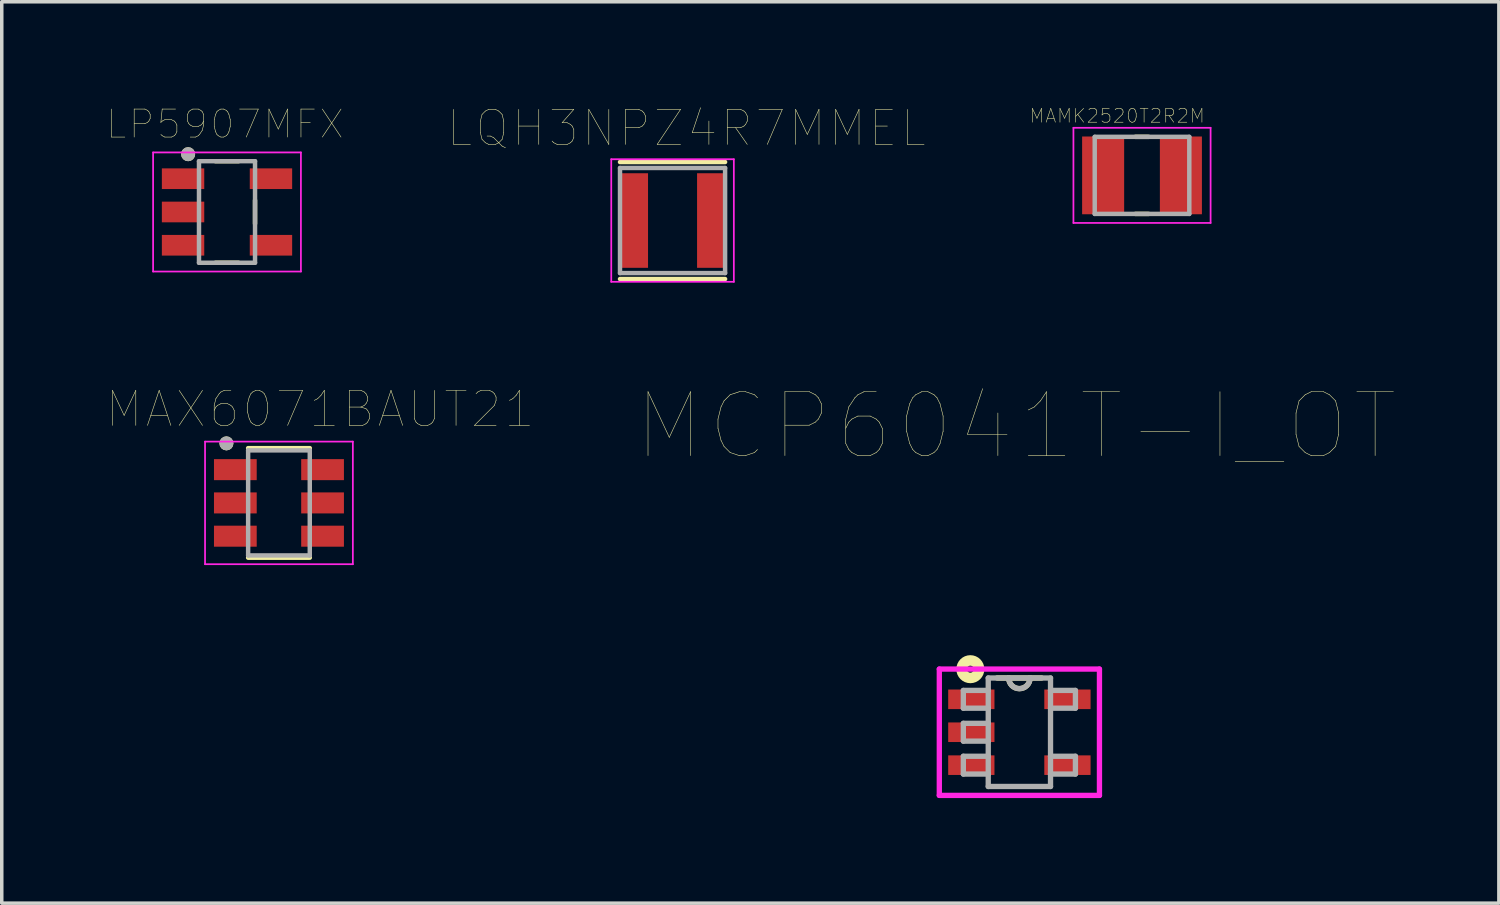
<source format=kicad_pcb>
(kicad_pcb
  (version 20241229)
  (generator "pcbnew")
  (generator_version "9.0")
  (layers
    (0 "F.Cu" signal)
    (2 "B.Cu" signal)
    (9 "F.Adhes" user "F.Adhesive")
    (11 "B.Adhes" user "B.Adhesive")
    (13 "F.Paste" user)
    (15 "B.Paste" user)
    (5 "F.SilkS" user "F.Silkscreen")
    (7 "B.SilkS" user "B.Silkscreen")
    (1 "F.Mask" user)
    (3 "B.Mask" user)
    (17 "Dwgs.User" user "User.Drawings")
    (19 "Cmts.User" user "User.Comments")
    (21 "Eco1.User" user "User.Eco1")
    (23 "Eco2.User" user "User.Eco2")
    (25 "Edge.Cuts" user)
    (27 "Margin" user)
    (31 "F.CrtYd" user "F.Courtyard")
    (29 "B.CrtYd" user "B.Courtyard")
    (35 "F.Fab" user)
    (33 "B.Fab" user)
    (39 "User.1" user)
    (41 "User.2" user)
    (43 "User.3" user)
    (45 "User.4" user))
  (footprint "LQH3NPZ4R7MMEL"
    (layer "F.Cu")
    (at 16.151 3.246)
    (property "Reference" "LQH3NPZ4R7MMEL" (at 0.395 -2.635 0) (layer "F.SilkS") (effects (font (size 1 1) (thickness 0.015))))
    (attr through_hole)
    (fp_line (start -1.5 -1.67) (end 1.5 -1.67) (stroke (width 0.127) (type solid)) (layer "F.SilkS"))
    (fp_line (start -1.5 1.67) (end 1.5 1.67) (stroke (width 0.127) (type solid)) (layer "F.SilkS"))
    (fp_line (start -1.75 -1.75) (end 1.75 -1.75) (stroke (width 0.05) (type solid)) (layer "F.CrtYd"))
    (fp_line (start -1.75 1.75) (end -1.75 -1.75) (stroke (width 0.05) (type solid)) (layer "F.CrtYd"))
    (fp_line (start 1.75 -1.75) (end 1.75 1.75) (stroke (width 0.05) (type solid)) (layer "F.CrtYd"))
    (fp_line (start 1.75 1.75) (end -1.75 1.75) (stroke (width 0.05) (type solid)) (layer "F.CrtYd"))
    (fp_line (start -1.5 -1.5) (end 1.5 -1.5) (stroke (width 0.127) (type solid)) (layer "F.Fab"))
    (fp_line (start -1.5 1.5) (end -1.5 -1.5) (stroke (width 0.127) (type solid)) (layer "F.Fab"))
    (fp_line (start 1.5 -1.5) (end 1.5 1.5) (stroke (width 0.127) (type solid)) (layer "F.Fab"))
    (fp_line (start 1.5 1.5) (end -1.5 1.5) (stroke (width 0.127) (type solid)) (layer "F.Fab"))
    (pad "1" smd rect (at -1.1 0) (size 0.8 2.7) (layers "F.Cu" "F.Mask" "F.Paste"))
    (pad "2" smd rect (at 1.1 0) (size 0.8 2.7) (layers "F.Cu" "F.Mask" "F.Paste")))
  (footprint "MAMK2520T2R2M"
    (layer "F.Cu")
    (at 29.554 1.957)
    (property "Reference" "MAMK2520T2R2M" (at -0.71 -1.7 0) (layer "F.SilkS") (effects (font (size 0.394 0.394) (thickness 0.015))))
    (attr through_hole)
    (fp_line (start -0.19 -1.1) (end 0.19 -1.1) (stroke (width 0.127) (type solid)) (layer "F.SilkS"))
    (fp_line (start -0.19 1.1) (end 0.19 1.1) (stroke (width 0.127) (type solid)) (layer "F.SilkS"))
    (fp_line (start -1.958 -1.358) (end 1.958 -1.358) (stroke (width 0.05) (type solid)) (layer "F.CrtYd"))
    (fp_line (start -1.958 1.358) (end -1.958 -1.358) (stroke (width 0.05) (type solid)) (layer "F.CrtYd"))
    (fp_line (start -1.958 1.358) (end 1.958 1.358) (stroke (width 0.05) (type solid)) (layer "F.CrtYd"))
    (fp_line (start 1.958 1.358) (end 1.958 -1.358) (stroke (width 0.05) (type solid)) (layer "F.CrtYd"))
    (fp_line (start -1.35 1.1) (end -1.35 -1.1) (stroke (width 0.127) (type solid)) (layer "F.Fab"))
    (fp_line (start 1.35 -1.1) (end -1.35 -1.1) (stroke (width 0.127) (type solid)) (layer "F.Fab"))
    (fp_line (start 1.35 1.1) (end -1.35 1.1) (stroke (width 0.127) (type solid)) (layer "F.Fab"))
    (fp_line (start 1.35 1.1) (end 1.35 -1.1) (stroke (width 0.127) (type solid)) (layer "F.Fab"))
    (pad "1" smd rect (at -1.11 0) (size 1.2 2.22) (layers "F.Cu" "F.Mask" "F.Paste"))
    (pad "2" smd rect (at 1.11 0) (size 1.2 2.22) (layers "F.Cu" "F.Mask" "F.Paste")))
  (footprint "LP5907MFX"
    (layer "F.Cu")
    (at 3.431 3.002)
    (property "Reference" "LP5907MFX" (at -0.06 -2.508 0) (layer "F.SilkS") (effects (font (size 0.8 0.8) (thickness 0.015))))
    (attr through_hole)
    (fp_line (start -0.33 -1.45) (end 0.33 -1.45) (stroke (width 0.127) (type solid)) (layer "F.SilkS"))
    (fp_line (start 0.33 1.45) (end -0.33 1.45) (stroke (width 0.127) (type solid)) (layer "F.SilkS"))
    (fp_line (start 0.8 -0.335) (end 0.8 0.335) (stroke (width 0.127) (type solid)) (layer "F.SilkS"))
    (fp_circle (center -1.11 -1.65) (end -1.01 -1.65) (stroke (width 0.2) (type solid)) (fill no) (layer "F.SilkS"))
    (fp_line (start -2.11 -1.7) (end 2.11 -1.7) (stroke (width 0.05) (type solid)) (layer "F.CrtYd"))
    (fp_line (start -2.11 1.7) (end -2.11 -1.7) (stroke (width 0.05) (type solid)) (layer "F.CrtYd"))
    (fp_line (start 2.11 -1.7) (end 2.11 1.7) (stroke (width 0.05) (type solid)) (layer "F.CrtYd"))
    (fp_line (start 2.11 1.7) (end -2.11 1.7) (stroke (width 0.05) (type solid)) (layer "F.CrtYd"))
    (fp_line (start -0.8 -1.45) (end 0.8 -1.45) (stroke (width 0.127) (type solid)) (layer "F.Fab"))
    (fp_line (start -0.8 1.45) (end -0.8 -1.45) (stroke (width 0.127) (type solid)) (layer "F.Fab"))
    (fp_line (start 0.8 -1.45) (end 0.8 1.45) (stroke (width 0.127) (type solid)) (layer "F.Fab"))
    (fp_line (start 0.8 1.45) (end -0.8 1.45) (stroke (width 0.127) (type solid)) (layer "F.Fab"))
    (fp_circle (center -1.11 -1.65) (end -1.01 -1.65) (stroke (width 0.2) (type solid)) (fill no) (layer "F.Fab"))
    (pad "1" smd rect (at -1.255 -0.95) (size 1.21 0.59) (layers "F.Cu" "F.Mask" "F.Paste"))
    (pad "2" smd rect (at -1.255 0) (size 1.21 0.59) (layers "F.Cu" "F.Mask" "F.Paste"))
    (pad "3" smd rect (at -1.255 0.95) (size 1.21 0.59) (layers "F.Cu" "F.Mask" "F.Paste"))
    (pad "4" smd rect (at 1.255 0.95) (size 1.21 0.59) (layers "F.Cu" "F.Mask" "F.Paste"))
    (pad "5" smd rect (at 1.255 -0.95) (size 1.21 0.59) (layers "F.Cu" "F.Mask" "F.Paste")))
  (footprint "MAX6071BAUT21"
    (layer "F.Cu")
    (at 4.914 11.308)
    (property "Reference" "MAX6071BAUT21" (at 1.175 -2.675 0) (layer "F.SilkS") (effects (font (size 1 1) (thickness 0.015))))
    (attr through_hole)
    (fp_line (start -0.88 -1.564) (end 0.88 -1.564) (stroke (width 0.127) (type solid)) (layer "F.SilkS"))
    (fp_line (start -0.88 1.564) (end 0.88 1.564) (stroke (width 0.127) (type solid)) (layer "F.SilkS"))
    (fp_circle (center -1.5 -1.7) (end -1.4 -1.7) (stroke (width 0.2) (type solid)) (fill no) (layer "F.SilkS"))
    (fp_line (start -2.11 -1.75) (end 2.11 -1.75) (stroke (width 0.05) (type solid)) (layer "F.CrtYd"))
    (fp_line (start -2.11 1.75) (end -2.11 -1.75) (stroke (width 0.05) (type solid)) (layer "F.CrtYd"))
    (fp_line (start 2.11 -1.75) (end 2.11 1.75) (stroke (width 0.05) (type solid)) (layer "F.CrtYd"))
    (fp_line (start 2.11 1.75) (end -2.11 1.75) (stroke (width 0.05) (type solid)) (layer "F.CrtYd"))
    (fp_line (start -0.88 -1.5) (end 0.88 -1.5) (stroke (width 0.127) (type solid)) (layer "F.Fab"))
    (fp_line (start -0.88 1.5) (end -0.88 -1.5) (stroke (width 0.127) (type solid)) (layer "F.Fab"))
    (fp_line (start 0.88 -1.5) (end 0.88 1.5) (stroke (width 0.127) (type solid)) (layer "F.Fab"))
    (fp_line (start 0.88 1.5) (end -0.88 1.5) (stroke (width 0.127) (type solid)) (layer "F.Fab"))
    (fp_circle (center -1.5 -1.7) (end -1.4 -1.7) (stroke (width 0.2) (type solid)) (fill no) (layer "F.Fab"))
    (pad "1" smd rect (at -1.245 -0.95) (size 1.22 0.6) (layers "F.Cu" "F.Mask" "F.Paste"))
    (pad "2" smd rect (at -1.245 0) (size 1.22 0.6) (layers "F.Cu" "F.Mask" "F.Paste"))
    (pad "3" smd rect (at -1.245 0.95) (size 1.22 0.6) (layers "F.Cu" "F.Mask" "F.Paste"))
    (pad "4" smd rect (at 1.245 0.95) (size 1.22 0.6) (layers "F.Cu" "F.Mask" "F.Paste"))
    (pad "5" smd rect (at 1.245 0) (size 1.22 0.6) (layers "F.Cu" "F.Mask" "F.Paste"))
    (pad "6" smd rect (at 1.245 -0.95) (size 1.22 0.6) (layers "F.Cu" "F.Mask" "F.Paste")))
  (footprint "MCP6041T-I_OT"
    (layer "F.Cu")
    (at 26.053 17.855)
    (property "Reference" "MCP6041T-I_OT" (at -0.093 -8.741 0) (layer "F.SilkS") (effects (font (size 1.824 1.824) (thickness 0.015))))
    (attr through_hole)
    (fp_line (start -0.305 -1.549) (end -0.635 -1.549) (stroke (width 0.152) (type solid)) (layer "F.SilkS"))
    (fp_line (start 0.305 -1.549) (end -0.305 -1.549) (stroke (width 0.152) (type solid)) (layer "F.SilkS"))
    (fp_line (start 0.635 -1.549) (end 0.305 -1.549) (stroke (width 0.152) (type solid)) (layer "F.SilkS"))
    (fp_arc (start 0.3048 -1.5494) (mid 0 -1.2446) (end -0.3048 -1.5494) (stroke (width 0.1524) (type solid)) (layer "F.SilkS"))
    (fp_circle (center -1.4 -1.8) (end -1.3 -1.8) (stroke (width 0.3) (type solid)) (fill no) (layer "F.SilkS"))
    (fp_line (start -2.286 -1.803) (end 2.286 -1.803) (stroke (width 0.152) (type solid)) (layer "F.CrtYd"))
    (fp_line (start -2.286 1.803) (end -2.286 -1.803) (stroke (width 0.152) (type solid)) (layer "F.CrtYd"))
    (fp_line (start 2.286 -1.803) (end 2.286 1.803) (stroke (width 0.152) (type solid)) (layer "F.CrtYd"))
    (fp_line (start 2.286 1.803) (end -2.286 1.803) (stroke (width 0.152) (type solid)) (layer "F.CrtYd"))
    (fp_line (start -1.6 -1.194) (end -1.6 -0.686) (stroke (width 0.152) (type solid)) (layer "F.Fab"))
    (fp_line (start -1.6 -0.686) (end -0.889 -0.686) (stroke (width 0.152) (type solid)) (layer "F.Fab"))
    (fp_line (start -1.6 -0.254) (end -1.6 0.254) (stroke (width 0.152) (type solid)) (layer "F.Fab"))
    (fp_line (start -1.6 0.254) (end -0.889 0.254) (stroke (width 0.152) (type solid)) (layer "F.Fab"))
    (fp_line (start -1.6 0.686) (end -1.6 1.194) (stroke (width 0.152) (type solid)) (layer "F.Fab"))
    (fp_line (start -1.6 1.194) (end -0.889 1.194) (stroke (width 0.152) (type solid)) (layer "F.Fab"))
    (fp_line (start -0.889 -1.549) (end -0.889 -1.194) (stroke (width 0.152) (type solid)) (layer "F.Fab"))
    (fp_line (start -0.889 -1.194) (end -1.6 -1.194) (stroke (width 0.152) (type solid)) (layer "F.Fab"))
    (fp_line (start -0.889 -1.194) (end -0.889 -0.686) (stroke (width 0.152) (type solid)) (layer "F.Fab"))
    (fp_line (start -0.889 -0.686) (end -0.889 -0.254) (stroke (width 0.152) (type solid)) (layer "F.Fab"))
    (fp_line (start -0.889 -0.254) (end -1.6 -0.254) (stroke (width 0.152) (type solid)) (layer "F.Fab"))
    (fp_line (start -0.889 -0.254) (end -0.889 0.254) (stroke (width 0.152) (type solid)) (layer "F.Fab"))
    (fp_line (start -0.889 0.254) (end -0.889 0.686) (stroke (width 0.152) (type solid)) (layer "F.Fab"))
    (fp_line (start -0.889 0.686) (end -1.6 0.686) (stroke (width 0.152) (type solid)) (layer "F.Fab"))
    (fp_line (start -0.889 1.194) (end -0.889 0.686) (stroke (width 0.152) (type solid)) (layer "F.Fab"))
    (fp_line (start -0.889 1.549) (end -0.889 1.194) (stroke (width 0.152) (type solid)) (layer "F.Fab"))
    (fp_line (start -0.889 1.549) (end 0.889 1.549) (stroke (width 0.152) (type solid)) (layer "F.Fab"))
    (fp_line (start -0.305 -1.549) (end -0.889 -1.549) (stroke (width 0.152) (type solid)) (layer "F.Fab"))
    (fp_line (start 0.305 -1.549) (end -0.305 -1.549) (stroke (width 0.152) (type solid)) (layer "F.Fab"))
    (fp_line (start 0.889 -1.549) (end 0.305 -1.549) (stroke (width 0.152) (type solid)) (layer "F.Fab"))
    (fp_line (start 0.889 -1.549) (end 0.889 -1.194) (stroke (width 0.152) (type solid)) (layer "F.Fab"))
    (fp_line (start 0.889 -1.194) (end 0.889 -0.686) (stroke (width 0.152) (type solid)) (layer "F.Fab"))
    (fp_line (start 0.889 -0.686) (end 1.6 -0.686) (stroke (width 0.152) (type solid)) (layer "F.Fab"))
    (fp_line (start 0.889 0.686) (end 0.889 -0.686) (stroke (width 0.152) (type solid)) (layer "F.Fab"))
    (fp_line (start 0.889 1.194) (end 0.889 0.686) (stroke (width 0.152) (type solid)) (layer "F.Fab"))
    (fp_line (start 0.889 1.194) (end 1.6 1.194) (stroke (width 0.152) (type solid)) (layer "F.Fab"))
    (fp_line (start 0.889 1.549) (end 0.889 1.194) (stroke (width 0.152) (type solid)) (layer "F.Fab"))
    (fp_line (start 1.6 -1.194) (end 0.889 -1.194) (stroke (width 0.152) (type solid)) (layer "F.Fab"))
    (fp_line (start 1.6 -0.686) (end 1.6 -1.194) (stroke (width 0.152) (type solid)) (layer "F.Fab"))
    (fp_line (start 1.6 0.686) (end 0.889 0.686) (stroke (width 0.152) (type solid)) (layer "F.Fab"))
    (fp_line (start 1.6 1.194) (end 1.6 0.686) (stroke (width 0.152) (type solid)) (layer "F.Fab"))
    (fp_arc (start 0.3048 -1.5494) (mid 0 -1.2446) (end -0.3048 -1.5494) (stroke (width 0.1524) (type solid)) (layer "F.Fab"))
    (pad "1" smd rect (at -1.372 -0.94) (size 1.321 0.559) (layers "F.Cu" "F.Mask" "F.Paste"))
    (pad "2" smd rect (at -1.372 0) (size 1.321 0.559) (layers "F.Cu" "F.Mask" "F.Paste"))
    (pad "3" smd rect (at -1.372 0.94) (size 1.321 0.559) (layers "F.Cu" "F.Mask" "F.Paste"))
    (pad "4" smd rect (at 1.372 0.94) (size 1.321 0.559) (layers "F.Cu" "F.Mask" "F.Paste"))
    (pad "5" smd rect (at 1.372 -0.94) (size 1.321 0.559) (layers "F.Cu" "F.Mask" "F.Paste")))
  (gr_rect
    (start -3 -3)
    (end 39.742 22.735)
    (stroke (width 0.1) (type default))
    (fill no)
    (layer "Edge.Cuts")))
</source>
